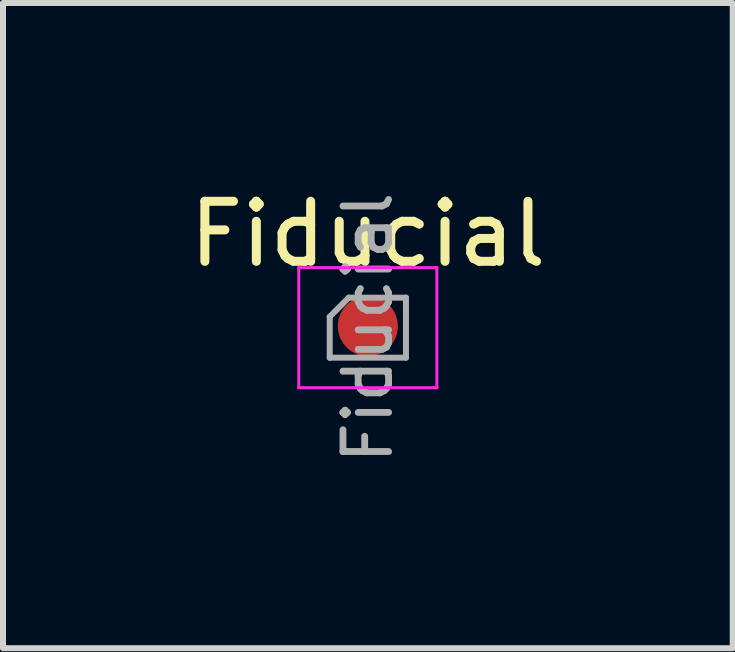
<source format=kicad_pcb>
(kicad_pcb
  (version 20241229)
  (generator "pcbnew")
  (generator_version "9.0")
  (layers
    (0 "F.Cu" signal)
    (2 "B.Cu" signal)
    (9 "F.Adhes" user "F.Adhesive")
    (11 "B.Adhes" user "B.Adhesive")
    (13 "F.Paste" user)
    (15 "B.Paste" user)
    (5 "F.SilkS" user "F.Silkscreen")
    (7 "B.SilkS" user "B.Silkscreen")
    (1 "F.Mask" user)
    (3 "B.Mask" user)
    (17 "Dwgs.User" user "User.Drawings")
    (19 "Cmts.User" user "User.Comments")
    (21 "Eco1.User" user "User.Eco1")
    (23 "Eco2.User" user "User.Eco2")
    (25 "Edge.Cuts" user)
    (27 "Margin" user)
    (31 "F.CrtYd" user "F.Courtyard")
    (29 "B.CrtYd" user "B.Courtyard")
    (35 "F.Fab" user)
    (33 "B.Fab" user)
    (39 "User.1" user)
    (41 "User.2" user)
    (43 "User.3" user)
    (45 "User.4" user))
  (footprint "Fiducial"
    (layer "F.Cu")
    (at 3.077 2.408)
    (property "Reference" "Fiducial" (at 0 -1.56 0) (layer "F.SilkS") (effects (font (size 1 1) (thickness 0.15))))
    (attr smd)
    (fp_line (start -1.15 -1) (end -1.15 1) (stroke (width 0.05) (type solid)) (layer "F.CrtYd"))
    (fp_line (start -1.15 1) (end 1.15 1) (stroke (width 0.05) (type solid)) (layer "F.CrtYd"))
    (fp_line (start 1.15 -1) (end -1.15 -1) (stroke (width 0.05) (type solid)) (layer "F.CrtYd"))
    (fp_line (start 1.15 1) (end 1.15 -1) (stroke (width 0.05) (type solid)) (layer "F.CrtYd"))
    (fp_line (start -0.635 -0.182) (end -0.318 -0.5) (stroke (width 0.1) (type solid)) (layer "F.Fab"))
    (fp_line (start -0.635 0.5) (end -0.635 -0.182) (stroke (width 0.1) (type solid)) (layer "F.Fab"))
    (fp_line (start -0.318 -0.5) (end 0.635 -0.5) (stroke (width 0.1) (type solid)) (layer "F.Fab"))
    (fp_line (start 0.635 -0.5) (end 0.635 0.5) (stroke (width 0.1) (type solid)) (layer "F.Fab"))
    (fp_line (start 0.635 0.5) (end -0.635 0.5) (stroke (width 0.1) (type solid)) (layer "F.Fab"))
    (fp_text user "${REFERENCE}" (at 0 0 90) (layer "F.Fab") (effects (font (size 0.76 0.76) (thickness 0.114))))
    (pad "1" smd circle (at 0 -0.025) (size 1 1) (layers "F.Cu" "F.Mask")))
  (gr_rect
    (start -3 -3)
    (end 9.155 7.747)
    (stroke (width 0.1) (type default))
    (fill no)
    (layer "Edge.Cuts")))
</source>
